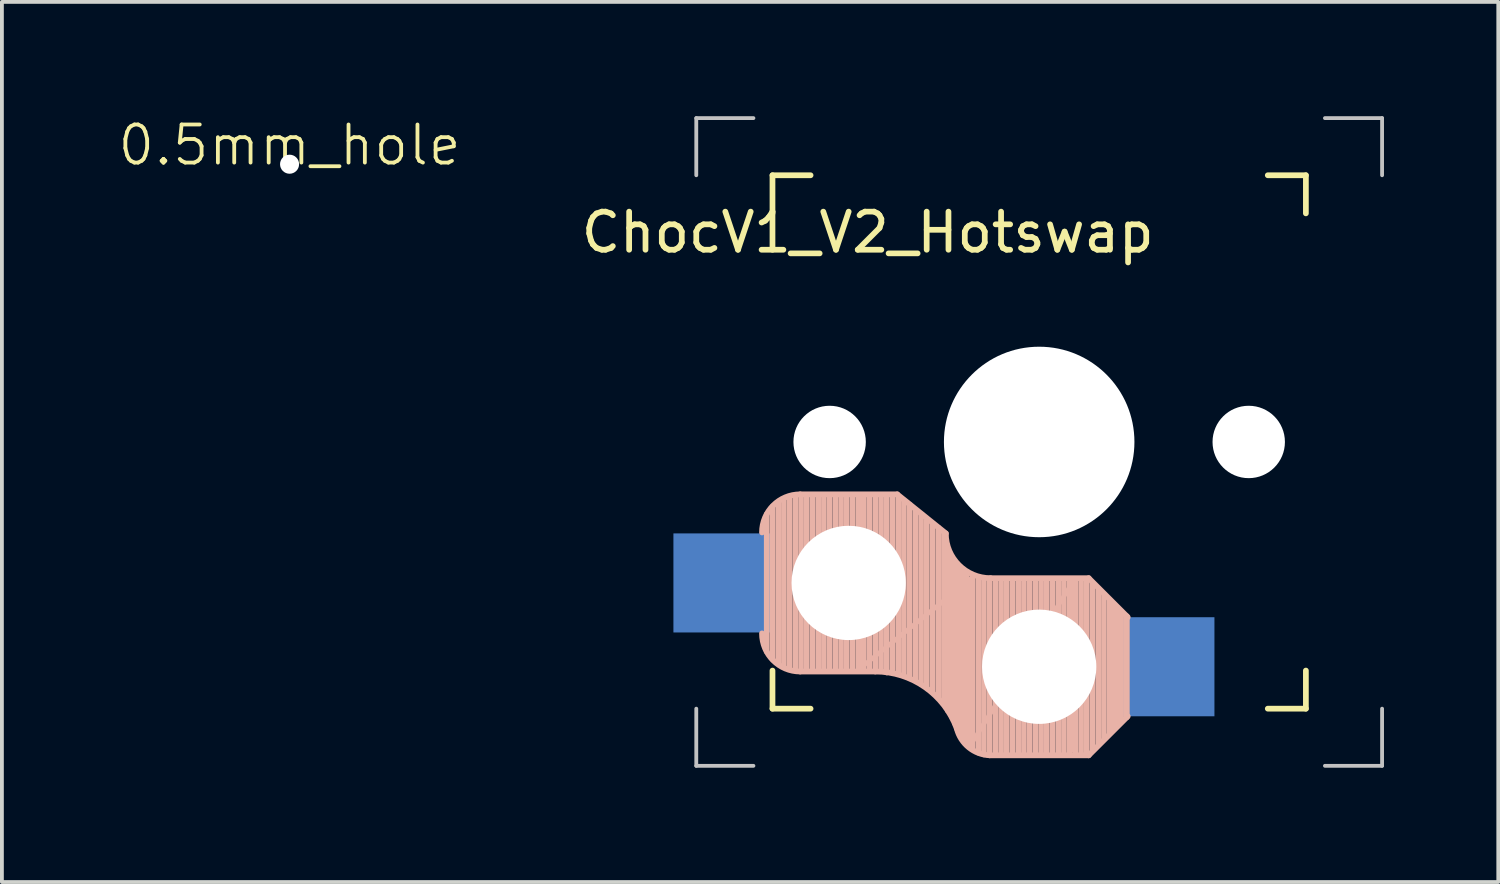
<source format=kicad_pcb>
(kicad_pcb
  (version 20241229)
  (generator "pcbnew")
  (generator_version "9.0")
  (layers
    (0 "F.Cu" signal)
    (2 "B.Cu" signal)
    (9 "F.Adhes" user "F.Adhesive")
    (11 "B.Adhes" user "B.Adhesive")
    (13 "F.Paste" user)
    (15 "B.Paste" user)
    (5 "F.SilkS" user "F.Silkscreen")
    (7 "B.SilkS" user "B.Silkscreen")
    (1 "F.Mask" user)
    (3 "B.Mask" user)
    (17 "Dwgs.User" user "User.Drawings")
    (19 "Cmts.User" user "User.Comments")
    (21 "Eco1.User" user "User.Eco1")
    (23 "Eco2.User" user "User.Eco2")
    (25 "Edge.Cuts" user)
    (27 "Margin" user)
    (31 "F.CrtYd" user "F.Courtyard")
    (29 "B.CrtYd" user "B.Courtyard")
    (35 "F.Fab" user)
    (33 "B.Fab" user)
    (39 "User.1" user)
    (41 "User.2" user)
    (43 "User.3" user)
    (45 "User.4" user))
  (footprint "0.5mm_hole"
    (layer "F.Cu")
    (at 4.55 1.26)
    (property "Reference" "0.5mm_hole" (at 0 -0.5 0) (unlocked yes) (layer "F.SilkS") (effects (font (size 1 1) (thickness 0.1))))
    (attr smd)
    (pad "" np_thru_hole circle (at 0 0) (size 0.5 0.5) (drill 0.5) (layers "*.Cu" "*.Mask")))
  (footprint "ChocV1_V2_Hotswap"
    (layer "F.Cu")
    (at 24.225 8.55)
    (property "Reference" "ChocV1_V2_Hotswap" (at -4.5 -5.5 0) (layer "F.SilkS") (effects (font (size 1 1) (thickness 0.15))))
    (attr through_hole)
    (fp_line (start -7 -7) (end -6 -7) (stroke (width 0.15) (type solid)) (layer "F.SilkS"))
    (fp_line (start -7 -6) (end -7 -7) (stroke (width 0.15) (type solid)) (layer "F.SilkS"))
    (fp_line (start -7 7) (end -7 6) (stroke (width 0.15) (type solid)) (layer "F.SilkS"))
    (fp_line (start -6 7) (end -7 7) (stroke (width 0.15) (type solid)) (layer "F.SilkS"))
    (fp_line (start 6 7) (end 7 7) (stroke (width 0.15) (type solid)) (layer "F.SilkS"))
    (fp_line (start 7 -7) (end 6 -7) (stroke (width 0.15) (type solid)) (layer "F.SilkS"))
    (fp_line (start 7 -6) (end 7 -7) (stroke (width 0.15) (type solid)) (layer "F.SilkS"))
    (fp_line (start 7 7) (end 7 6) (stroke (width 0.15) (type solid)) (layer "F.SilkS"))
    (fp_line (start -7.15 5.5) (end -7.15 1.9) (stroke (width 0.15) (type solid)) (layer "B.SilkS"))
    (fp_line (start -7 5.7) (end -7 1.7) (stroke (width 0.15) (type solid)) (layer "B.SilkS"))
    (fp_line (start -6.85 5.8) (end -6.85 1.6) (stroke (width 0.15) (type solid)) (layer "B.SilkS"))
    (fp_line (start -6.7 5.9) (end -6.7 1.5) (stroke (width 0.15) (type solid)) (layer "B.SilkS"))
    (fp_line (start -6.55 5.95) (end -6.55 1.45) (stroke (width 0.15) (type solid)) (layer "B.SilkS"))
    (fp_line (start -6.4 6) (end -6.4 1.45) (stroke (width 0.15) (type solid)) (layer "B.SilkS"))
    (fp_line (start -6.25 6) (end -6.25 1.4) (stroke (width 0.15) (type solid)) (layer "B.SilkS"))
    (fp_line (start -6.1 6) (end -6.1 1.4) (stroke (width 0.15) (type solid)) (layer "B.SilkS"))
    (fp_line (start -5.95 6) (end -5.95 1.4) (stroke (width 0.15) (type solid)) (layer "B.SilkS"))
    (fp_line (start -5.8 6) (end -5.8 1.4) (stroke (width 0.15) (type solid)) (layer "B.SilkS"))
    (fp_line (start -5.65 6) (end -5.65 1.4) (stroke (width 0.15) (type solid)) (layer "B.SilkS"))
    (fp_line (start -5.5 6) (end -5.5 1.4) (stroke (width 0.15) (type solid)) (layer "B.SilkS"))
    (fp_line (start -5.35 6) (end -5.35 1.4) (stroke (width 0.15) (type solid)) (layer "B.SilkS"))
    (fp_line (start -5.2 6) (end -5.2 1.4) (stroke (width 0.15) (type solid)) (layer "B.SilkS"))
    (fp_line (start -5.05 6) (end -5.05 1.4) (stroke (width 0.15) (type solid)) (layer "B.SilkS"))
    (fp_line (start -4.9 6) (end -4.9 1.4) (stroke (width 0.15) (type solid)) (layer "B.SilkS"))
    (fp_line (start -4.75 6) (end -4.75 1.4) (stroke (width 0.15) (type solid)) (layer "B.SilkS"))
    (fp_line (start -4.65 5.9) (end -4.65 1.4) (stroke (width 0.12) (type solid)) (layer "B.SilkS"))
    (fp_line (start -4.6 6) (end -4.6 1.4) (stroke (width 0.15) (type solid)) (layer "B.SilkS"))
    (fp_line (start -4.45 6) (end -4.45 1.4) (stroke (width 0.15) (type solid)) (layer "B.SilkS"))
    (fp_line (start -4.3 6) (end -4.3 1.4) (stroke (width 0.15) (type solid)) (layer "B.SilkS"))
    (fp_line (start -4.3 6.025) (end -6.275 6.025) (stroke (width 0.15) (type solid)) (layer "B.SilkS"))
    (fp_line (start -4.15 6) (end -4.15 1.45) (stroke (width 0.15) (type solid)) (layer "B.SilkS"))
    (fp_line (start -4 6.05) (end -4 1.4) (stroke (width 0.15) (type solid)) (layer "B.SilkS"))
    (fp_line (start -3.85 6.05) (end -3.85 1.4) (stroke (width 0.15) (type solid)) (layer "B.SilkS"))
    (fp_line (start -3.725 1.375) (end -6.275 1.375) (stroke (width 0.15) (type solid)) (layer "B.SilkS"))
    (fp_line (start -3.725 1.375) (end -2.45 2.4) (stroke (width 0.15) (type solid)) (layer "B.SilkS"))
    (fp_line (start -3.7 6.05) (end -3.7 1.45) (stroke (width 0.15) (type solid)) (layer "B.SilkS"))
    (fp_line (start -3.55 6.1) (end -3.55 1.55) (stroke (width 0.15) (type solid)) (layer "B.SilkS"))
    (fp_line (start -3.4 6.2) (end -3.4 1.65) (stroke (width 0.15) (type solid)) (layer "B.SilkS"))
    (fp_line (start -3.25 6.25) (end -3.25 1.8) (stroke (width 0.15) (type solid)) (layer "B.SilkS"))
    (fp_line (start -3.1 6.35) (end -3.1 1.9) (stroke (width 0.15) (type solid)) (layer "B.SilkS"))
    (fp_line (start -2.95 6.45) (end -2.95 2.05) (stroke (width 0.15) (type solid)) (layer "B.SilkS"))
    (fp_line (start -2.8 6.55) (end -2.8 2.15) (stroke (width 0.15) (type solid)) (layer "B.SilkS"))
    (fp_line (start -2.65 6.7) (end -2.65 2.25) (stroke (width 0.15) (type solid)) (layer "B.SilkS"))
    (fp_line (start -2.5 6.85) (end -2.5 2.4) (stroke (width 0.15) (type solid)) (layer "B.SilkS"))
    (fp_line (start -2.4 7.05) (end -2.4 2.9) (stroke (width 0.15) (type solid)) (layer "B.SilkS"))
    (fp_line (start -2.3 7.2) (end -2.3 3.05) (stroke (width 0.15) (type solid)) (layer "B.SilkS"))
    (fp_line (start -2.2 7.4) (end -2.2 3.25) (stroke (width 0.15) (type solid)) (layer "B.SilkS"))
    (fp_line (start -2.1 7.55) (end -2.1 3.35) (stroke (width 0.15) (type solid)) (layer "B.SilkS"))
    (fp_line (start -2 7.8) (end -2 3.4) (stroke (width 0.15) (type solid)) (layer "B.SilkS"))
    (fp_line (start -1.9 7.95) (end -1.9 3.45) (stroke (width 0.15) (type solid)) (layer "B.SilkS"))
    (fp_line (start -1.8 3.6) (end -4.65 5.9) (stroke (width 0.12) (type solid)) (layer "B.SilkS"))
    (fp_line (start -1.8 7.95) (end -1.8 3.6) (stroke (width 0.12) (type solid)) (layer "B.SilkS"))
    (fp_line (start -1.75 8.05) (end -1.75 3.5) (stroke (width 0.15) (type solid)) (layer "B.SilkS"))
    (fp_line (start -1.6 8.15) (end -1.6 3.6) (stroke (width 0.15) (type solid)) (layer "B.SilkS"))
    (fp_line (start -1.45 8.2) (end -1.45 3.6) (stroke (width 0.15) (type solid)) (layer "B.SilkS"))
    (fp_line (start -1.3 8.2) (end -1.3 3.6) (stroke (width 0.15) (type solid)) (layer "B.SilkS"))
    (fp_line (start -1.15 8.2) (end -1.15 3.65) (stroke (width 0.15) (type solid)) (layer "B.SilkS"))
    (fp_line (start -1 8.2) (end -1 3.6) (stroke (width 0.15) (type solid)) (layer "B.SilkS"))
    (fp_line (start -0.85 8.2) (end -0.85 3.6) (stroke (width 0.15) (type solid)) (layer "B.SilkS"))
    (fp_line (start -0.7 8.2) (end -0.7 3.6) (stroke (width 0.15) (type solid)) (layer "B.SilkS"))
    (fp_line (start -0.55 8.2) (end -0.55 3.6) (stroke (width 0.15) (type solid)) (layer "B.SilkS"))
    (fp_line (start -0.4 8.2) (end -0.4 3.6) (stroke (width 0.15) (type solid)) (layer "B.SilkS"))
    (fp_line (start -0.25 8.2) (end -0.25 3.6) (stroke (width 0.15) (type solid)) (layer "B.SilkS"))
    (fp_line (start -0.1 8.2) (end -0.1 3.6) (stroke (width 0.15) (type solid)) (layer "B.SilkS"))
    (fp_line (start 0.05 8.2) (end 0.05 3.6) (stroke (width 0.15) (type solid)) (layer "B.SilkS"))
    (fp_line (start 0.2 8.2) (end 0.2 3.6) (stroke (width 0.15) (type solid)) (layer "B.SilkS"))
    (fp_line (start 0.35 8.2) (end 0.35 3.6) (stroke (width 0.15) (type solid)) (layer "B.SilkS"))
    (fp_line (start 0.5 8.2) (end 0.5 3.6) (stroke (width 0.15) (type solid)) (layer "B.SilkS"))
    (fp_line (start 0.65 8.2) (end 0.65 3.6) (stroke (width 0.15) (type solid)) (layer "B.SilkS"))
    (fp_line (start 0.8 8.2) (end 0.8 3.6) (stroke (width 0.15) (type solid)) (layer "B.SilkS"))
    (fp_line (start 0.9 3.65) (end -1.8 7.95) (stroke (width 0.12) (type solid)) (layer "B.SilkS"))
    (fp_line (start 0.9 8.1) (end 0.9 3.65) (stroke (width 0.12) (type solid)) (layer "B.SilkS"))
    (fp_line (start 0.95 8.2) (end 0.95 3.6) (stroke (width 0.15) (type solid)) (layer "B.SilkS"))
    (fp_line (start 1.1 8.2) (end 1.1 3.6) (stroke (width 0.15) (type solid)) (layer "B.SilkS"))
    (fp_line (start 1.25 8.2) (end 1.25 3.6) (stroke (width 0.15) (type solid)) (layer "B.SilkS"))
    (fp_line (start 1.3 3.575) (end -1.275 3.575) (stroke (width 0.15) (type solid)) (layer "B.SilkS"))
    (fp_line (start 1.3 3.575) (end 2.325 4.6) (stroke (width 0.15) (type solid)) (layer "B.SilkS"))
    (fp_line (start 1.3 8.225) (end -1.3 8.225) (stroke (width 0.15) (type solid)) (layer "B.SilkS"))
    (fp_line (start 1.3 8.225) (end 2.325 7.2) (stroke (width 0.15) (type solid)) (layer "B.SilkS"))
    (fp_line (start 1.4 8.1) (end 1.4 3.7) (stroke (width 0.15) (type solid)) (layer "B.SilkS"))
    (fp_line (start 1.55 7.95) (end 1.55 3.85) (stroke (width 0.15) (type solid)) (layer "B.SilkS"))
    (fp_line (start 1.7 7.8) (end 1.7 4) (stroke (width 0.15) (type solid)) (layer "B.SilkS"))
    (fp_line (start 1.85 7.65) (end 1.85 4.15) (stroke (width 0.15) (type solid)) (layer "B.SilkS"))
    (fp_line (start 1.95 7.55) (end 1.95 4.25) (stroke (width 0.15) (type solid)) (layer "B.SilkS"))
    (fp_line (start 2.05 7.45) (end 2.05 4.35) (stroke (width 0.15) (type solid)) (layer "B.SilkS"))
    (fp_line (start 2.15 7.35) (end 2.15 4.45) (stroke (width 0.15) (type solid)) (layer "B.SilkS"))
    (fp_line (start 2.3 4.575) (end 2.3 7.225) (stroke (width 0.15) (type solid)) (layer "B.SilkS"))
    (fp_arc (start -7.275 2.375) (mid -6.982107 1.667893) (end -6.275 1.375) (stroke (width 0.15) (type solid)) (layer "B.SilkS"))
    (fp_arc (start -6.275 6.025) (mid -6.982107 5.732107) (end -7.275 5.025) (stroke (width 0.15) (type solid)) (layer "B.SilkS"))
    (fp_arc (start -4.3 6.025) (mid -2.995114 6.436429) (end -2.162199 7.521904) (stroke (width 0.15) (type solid)) (layer "B.SilkS"))
    (fp_arc (start -1.300995 8.223791) (mid -1.848284 8.016021) (end -2.162199 7.521904) (stroke (width 0.15) (type solid)) (layer "B.SilkS"))
    (fp_arc (start -1.275 3.575) (mid -2.10585 3.23085) (end -2.45 2.4) (stroke (width 0.15) (type solid)) (layer "B.SilkS"))
    (fp_line (start -9 -8.5) (end -9 -7) (stroke (width 0.1) (type default)) (layer "Dwgs.User"))
    (fp_line (start -9 7) (end -9 8.5) (stroke (width 0.1) (type default)) (layer "Dwgs.User"))
    (fp_line (start -9 8.5) (end -7.5 8.5) (stroke (width 0.1) (type default)) (layer "Dwgs.User"))
    (fp_line (start -7.5 -8.5) (end -9 -8.5) (stroke (width 0.1) (type default)) (layer "Dwgs.User"))
    (fp_line (start 9 -8.5) (end 7.5 -8.5) (stroke (width 0.1) (type default)) (layer "Dwgs.User"))
    (fp_line (start 9 -7) (end 9 -8.5) (stroke (width 0.1) (type default)) (layer "Dwgs.User"))
    (fp_line (start 9 7) (end 9 8.5) (stroke (width 0.1) (type default)) (layer "Dwgs.User"))
    (fp_line (start 9 8.5) (end 7.5 8.5) (stroke (width 0.1) (type default)) (layer "Dwgs.User"))
    (pad "" np_thru_hole circle (at -5.5 0 90) (size 1.9 1.9) (drill 1.9) (layers "*.Cu" "*.Mask"))
    (pad "" np_thru_hole circle (at -5 3.7 90) (size 3 3) (drill 3) (layers "*.Cu" "*.Mask"))
    (pad "" np_thru_hole circle (at 0 0 90) (size 5 5) (drill 5) (layers "*.Cu" "*.Mask"))
    (pad "" np_thru_hole circle (at 0 5.9 90) (size 3 3) (drill 3) (layers "*.Cu" "*.Mask"))
    (pad "" np_thru_hole circle (at 5.5 0 90) (size 1.9 1.9) (drill 1.9) (layers "*.Cu" "*.Mask"))
    (pad "1" smd rect (at -8.3 3.7 180) (size 2.6 2.6) (layers "B.Cu" "B.Mask" "B.Paste"))
    (pad "2" smd rect (at 3.3 5.9 180) (size 2.6 2.6) (layers "B.Cu" "B.Mask" "B.Paste")))
  (gr_rect
    (start -3 -3)
    (end 36.275 20.1)
    (stroke (width 0.1) (type default))
    (fill no)
    (layer "Edge.Cuts")))
</source>
